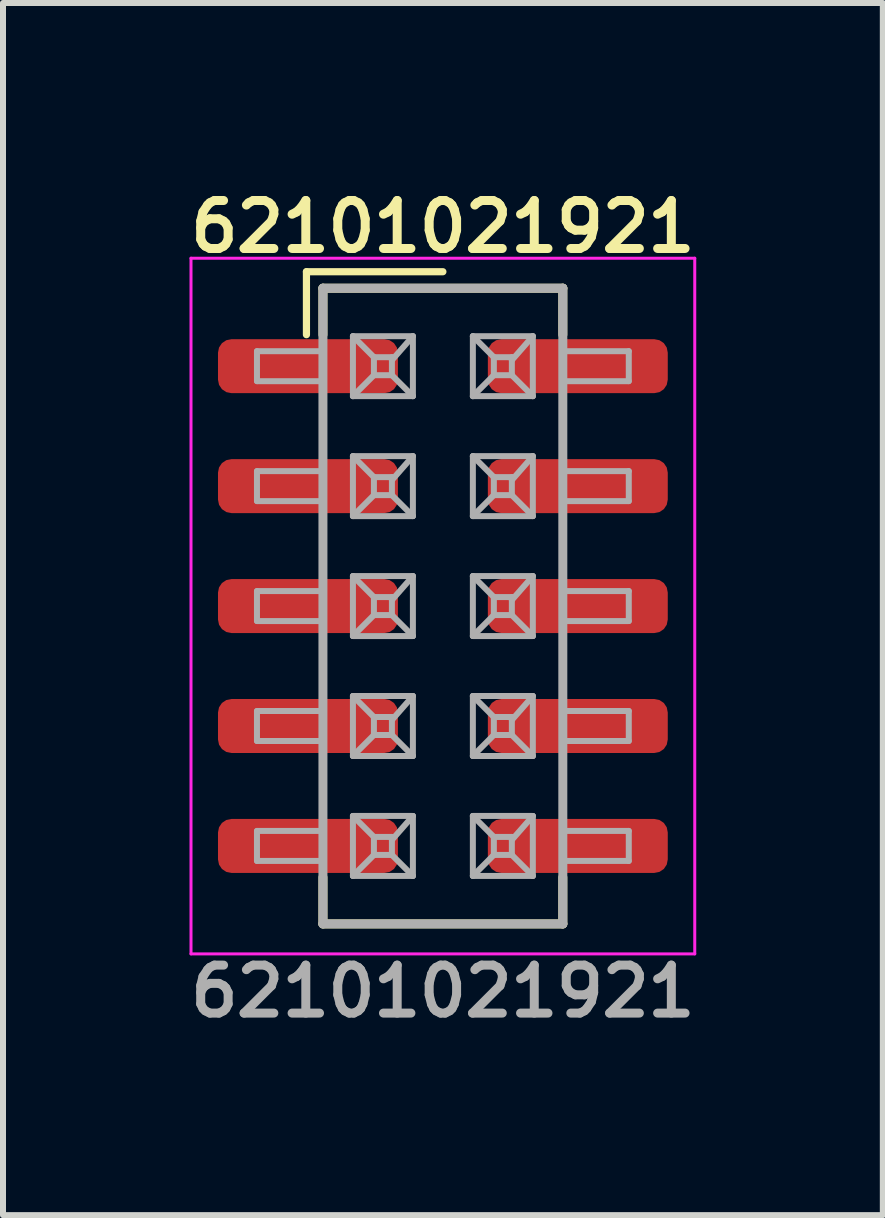
<source format=kicad_pcb>
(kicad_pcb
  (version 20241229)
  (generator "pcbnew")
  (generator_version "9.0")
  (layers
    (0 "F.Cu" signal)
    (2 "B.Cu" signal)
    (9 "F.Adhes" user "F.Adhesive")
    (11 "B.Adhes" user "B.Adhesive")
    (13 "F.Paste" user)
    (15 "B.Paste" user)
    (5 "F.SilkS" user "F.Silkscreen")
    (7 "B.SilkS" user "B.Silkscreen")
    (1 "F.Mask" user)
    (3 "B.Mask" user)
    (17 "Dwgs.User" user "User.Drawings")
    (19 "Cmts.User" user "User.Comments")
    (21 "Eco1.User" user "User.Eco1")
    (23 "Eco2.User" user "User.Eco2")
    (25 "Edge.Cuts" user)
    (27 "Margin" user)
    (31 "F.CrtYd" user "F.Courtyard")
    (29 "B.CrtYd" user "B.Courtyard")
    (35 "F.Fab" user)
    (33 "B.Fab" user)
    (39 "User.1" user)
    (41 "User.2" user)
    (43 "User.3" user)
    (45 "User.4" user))
  (footprint "62101021921"
    (layer "F.Cu")
    (at 4.335 7.056)
    (property "Reference" "62101021921" (at 0 -6.325 0) (unlocked yes) (layer "F.SilkS") (effects (font (size 0.8 0.8) (thickness 0.15))))
    (attr smd)
    (fp_line (start -2.275 -5.575) (end 0 -5.575) (stroke (width 0.12) (type solid)) (layer "F.SilkS"))
    (fp_line (start -2.275 -4.525) (end -2.275 -5.575) (stroke (width 0.12) (type solid)) (layer "F.SilkS"))
    (fp_line (start -2 -5.3) (end 2 -5.3) (stroke (width 0.15) (type solid)) (layer "F.SilkS"))
    (fp_line (start -2 -4.525) (end -2 -5.3) (stroke (width 0.15) (type solid)) (layer "F.SilkS"))
    (fp_line (start -2 4.525) (end -2 5.3) (stroke (width 0.15) (type solid)) (layer "F.SilkS"))
    (fp_line (start -2 5.3) (end 2 5.3) (stroke (width 0.15) (type solid)) (layer "F.SilkS"))
    (fp_line (start 2 -5.3) (end 2 -4.525) (stroke (width 0.15) (type solid)) (layer "F.SilkS"))
    (fp_line (start 2 5.3) (end 2 4.525) (stroke (width 0.15) (type solid)) (layer "F.SilkS"))
    (fp_line (start -4.2 -5.8) (end -4.2 5.8) (stroke (width 0.05) (type solid)) (layer "F.CrtYd"))
    (fp_line (start -4.2 -5.8) (end 4.2 -5.8) (stroke (width 0.05) (type solid)) (layer "F.CrtYd"))
    (fp_line (start -4.2 5.8) (end 4.2 5.8) (stroke (width 0.05) (type solid)) (layer "F.CrtYd"))
    (fp_line (start 4.2 5.8) (end 4.2 -5.8) (stroke (width 0.05) (type solid)) (layer "F.CrtYd"))
    (fp_line (start -3.1 -4.25) (end -3.1 -3.75) (stroke (width 0.1) (type solid)) (layer "F.Fab"))
    (fp_line (start -3.1 -3.75) (end -2 -3.75) (stroke (width 0.1) (type solid)) (layer "F.Fab"))
    (fp_line (start -3.1 -2.25) (end -3.1 -1.75) (stroke (width 0.1) (type solid)) (layer "F.Fab"))
    (fp_line (start -3.1 -1.75) (end -2 -1.75) (stroke (width 0.1) (type solid)) (layer "F.Fab"))
    (fp_line (start -3.1 -0.25) (end -3.1 0.25) (stroke (width 0.1) (type solid)) (layer "F.Fab"))
    (fp_line (start -3.1 0.25) (end -2 0.25) (stroke (width 0.1) (type solid)) (layer "F.Fab"))
    (fp_line (start -3.1 1.75) (end -3.1 2.25) (stroke (width 0.1) (type solid)) (layer "F.Fab"))
    (fp_line (start -3.1 2.25) (end -2 2.25) (stroke (width 0.1) (type solid)) (layer "F.Fab"))
    (fp_line (start -3.1 3.75) (end -3.1 4.25) (stroke (width 0.1) (type solid)) (layer "F.Fab"))
    (fp_line (start -3.1 4.25) (end -2 4.25) (stroke (width 0.1) (type solid)) (layer "F.Fab"))
    (fp_line (start -2 -5.3) (end 2 -5.3) (stroke (width 0.15) (type solid)) (layer "F.Fab"))
    (fp_line (start -2 -4.25) (end -3.1 -4.25) (stroke (width 0.1) (type solid)) (layer "F.Fab"))
    (fp_line (start -2 -2.25) (end -3.1 -2.25) (stroke (width 0.1) (type solid)) (layer "F.Fab"))
    (fp_line (start -2 -0.25) (end -3.1 -0.25) (stroke (width 0.1) (type solid)) (layer "F.Fab"))
    (fp_line (start -2 1.75) (end -3.1 1.75) (stroke (width 0.1) (type solid)) (layer "F.Fab"))
    (fp_line (start -2 3.75) (end -3.1 3.75) (stroke (width 0.1) (type solid)) (layer "F.Fab"))
    (fp_line (start -2 5.3) (end -2 -5.3) (stroke (width 0.15) (type solid)) (layer "F.Fab"))
    (fp_line (start -1.5 -4.5) (end -0.5 -4.5) (stroke (width 0.1) (type solid)) (layer "F.Fab"))
    (fp_line (start -1.5 -3.5) (end -1.5 -4.5) (stroke (width 0.1) (type solid)) (layer "F.Fab"))
    (fp_line (start -1.5 -2.5) (end -0.5 -2.5) (stroke (width 0.1) (type solid)) (layer "F.Fab"))
    (fp_line (start -1.5 -1.5) (end -1.5 -2.5) (stroke (width 0.1) (type solid)) (layer "F.Fab"))
    (fp_line (start -1.5 -0.5) (end -0.5 -0.5) (stroke (width 0.1) (type solid)) (layer "F.Fab"))
    (fp_line (start -1.5 0.5) (end -1.5 -0.5) (stroke (width 0.1) (type solid)) (layer "F.Fab"))
    (fp_line (start -1.5 1.5) (end -0.5 1.5) (stroke (width 0.1) (type solid)) (layer "F.Fab"))
    (fp_line (start -1.5 2.5) (end -1.5 1.5) (stroke (width 0.1) (type solid)) (layer "F.Fab"))
    (fp_line (start -1.5 3.5) (end -0.5 3.5) (stroke (width 0.1) (type solid)) (layer "F.Fab"))
    (fp_line (start -1.5 4.5) (end -1.5 3.5) (stroke (width 0.1) (type solid)) (layer "F.Fab"))
    (fp_line (start -1.15 -4.15) (end -1.5 -4.5) (stroke (width 0.1) (type solid)) (layer "F.Fab"))
    (fp_line (start -1.15 -4.15) (end -0.85 -4.15) (stroke (width 0.1) (type solid)) (layer "F.Fab"))
    (fp_line (start -1.15 -3.85) (end -1.5 -3.5) (stroke (width 0.1) (type solid)) (layer "F.Fab"))
    (fp_line (start -1.15 -3.85) (end -1.15 -4.15) (stroke (width 0.1) (type solid)) (layer "F.Fab"))
    (fp_line (start -1.15 -2.15) (end -1.5 -2.5) (stroke (width 0.1) (type solid)) (layer "F.Fab"))
    (fp_line (start -1.15 -2.15) (end -0.85 -2.15) (stroke (width 0.1) (type solid)) (layer "F.Fab"))
    (fp_line (start -1.15 -1.85) (end -1.5 -1.5) (stroke (width 0.1) (type solid)) (layer "F.Fab"))
    (fp_line (start -1.15 -1.85) (end -1.15 -2.15) (stroke (width 0.1) (type solid)) (layer "F.Fab"))
    (fp_line (start -1.15 -0.15) (end -1.5 -0.5) (stroke (width 0.1) (type solid)) (layer "F.Fab"))
    (fp_line (start -1.15 -0.15) (end -0.85 -0.15) (stroke (width 0.1) (type solid)) (layer "F.Fab"))
    (fp_line (start -1.15 0.15) (end -1.5 0.5) (stroke (width 0.1) (type solid)) (layer "F.Fab"))
    (fp_line (start -1.15 0.15) (end -1.15 -0.15) (stroke (width 0.1) (type solid)) (layer "F.Fab"))
    (fp_line (start -1.15 1.85) (end -1.5 1.5) (stroke (width 0.1) (type solid)) (layer "F.Fab"))
    (fp_line (start -1.15 1.85) (end -0.85 1.85) (stroke (width 0.1) (type solid)) (layer "F.Fab"))
    (fp_line (start -1.15 2.15) (end -1.5 2.5) (stroke (width 0.1) (type solid)) (layer "F.Fab"))
    (fp_line (start -1.15 2.15) (end -1.15 1.85) (stroke (width 0.1) (type solid)) (layer "F.Fab"))
    (fp_line (start -1.15 3.85) (end -1.5 3.5) (stroke (width 0.1) (type solid)) (layer "F.Fab"))
    (fp_line (start -1.15 3.85) (end -0.85 3.85) (stroke (width 0.1) (type solid)) (layer "F.Fab"))
    (fp_line (start -1.15 4.15) (end -1.5 4.5) (stroke (width 0.1) (type solid)) (layer "F.Fab"))
    (fp_line (start -1.15 4.15) (end -1.15 3.85) (stroke (width 0.1) (type solid)) (layer "F.Fab"))
    (fp_line (start -0.85 -4.15) (end -0.85 -3.85) (stroke (width 0.1) (type solid)) (layer "F.Fab"))
    (fp_line (start -0.85 -4.1) (end -0.5 -4.5) (stroke (width 0.1) (type solid)) (layer "F.Fab"))
    (fp_line (start -0.85 -3.85) (end -1.15 -3.85) (stroke (width 0.1) (type solid)) (layer "F.Fab"))
    (fp_line (start -0.85 -3.85) (end -0.5 -3.5) (stroke (width 0.1) (type solid)) (layer "F.Fab"))
    (fp_line (start -0.85 -2.15) (end -0.85 -1.85) (stroke (width 0.1) (type solid)) (layer "F.Fab"))
    (fp_line (start -0.85 -2.1) (end -0.5 -2.5) (stroke (width 0.1) (type solid)) (layer "F.Fab"))
    (fp_line (start -0.85 -1.85) (end -1.15 -1.85) (stroke (width 0.1) (type solid)) (layer "F.Fab"))
    (fp_line (start -0.85 -1.85) (end -0.5 -1.5) (stroke (width 0.1) (type solid)) (layer "F.Fab"))
    (fp_line (start -0.85 -0.15) (end -0.85 0.15) (stroke (width 0.1) (type solid)) (layer "F.Fab"))
    (fp_line (start -0.85 -0.1) (end -0.5 -0.5) (stroke (width 0.1) (type solid)) (layer "F.Fab"))
    (fp_line (start -0.85 0.15) (end -1.15 0.15) (stroke (width 0.1) (type solid)) (layer "F.Fab"))
    (fp_line (start -0.85 0.15) (end -0.5 0.5) (stroke (width 0.1) (type solid)) (layer "F.Fab"))
    (fp_line (start -0.85 1.85) (end -0.85 2.15) (stroke (width 0.1) (type solid)) (layer "F.Fab"))
    (fp_line (start -0.85 1.9) (end -0.5 1.5) (stroke (width 0.1) (type solid)) (layer "F.Fab"))
    (fp_line (start -0.85 2.15) (end -1.15 2.15) (stroke (width 0.1) (type solid)) (layer "F.Fab"))
    (fp_line (start -0.85 2.15) (end -0.5 2.5) (stroke (width 0.1) (type solid)) (layer "F.Fab"))
    (fp_line (start -0.85 3.85) (end -0.85 4.15) (stroke (width 0.1) (type solid)) (layer "F.Fab"))
    (fp_line (start -0.85 3.9) (end -0.5 3.5) (stroke (width 0.1) (type solid)) (layer "F.Fab"))
    (fp_line (start -0.85 4.15) (end -1.15 4.15) (stroke (width 0.1) (type solid)) (layer "F.Fab"))
    (fp_line (start -0.85 4.15) (end -0.5 4.5) (stroke (width 0.1) (type solid)) (layer "F.Fab"))
    (fp_line (start -0.5 -4.5) (end -0.5 -3.5) (stroke (width 0.1) (type solid)) (layer "F.Fab"))
    (fp_line (start -0.5 -3.5) (end -1.5 -3.5) (stroke (width 0.1) (type solid)) (layer "F.Fab"))
    (fp_line (start -0.5 -2.5) (end -0.5 -1.5) (stroke (width 0.1) (type solid)) (layer "F.Fab"))
    (fp_line (start -0.5 -1.5) (end -1.5 -1.5) (stroke (width 0.1) (type solid)) (layer "F.Fab"))
    (fp_line (start -0.5 -0.5) (end -0.5 0.5) (stroke (width 0.1) (type solid)) (layer "F.Fab"))
    (fp_line (start -0.5 0.5) (end -1.5 0.5) (stroke (width 0.1) (type solid)) (layer "F.Fab"))
    (fp_line (start -0.5 1.5) (end -0.5 2.5) (stroke (width 0.1) (type solid)) (layer "F.Fab"))
    (fp_line (start -0.5 2.5) (end -1.5 2.5) (stroke (width 0.1) (type solid)) (layer "F.Fab"))
    (fp_line (start -0.5 3.5) (end -0.5 4.5) (stroke (width 0.1) (type solid)) (layer "F.Fab"))
    (fp_line (start -0.5 4.5) (end -1.5 4.5) (stroke (width 0.1) (type solid)) (layer "F.Fab"))
    (fp_line (start 0.5 -4.5) (end 1.5 -4.5) (stroke (width 0.1) (type solid)) (layer "F.Fab"))
    (fp_line (start 0.5 -3.5) (end 0.5 -4.5) (stroke (width 0.1) (type solid)) (layer "F.Fab"))
    (fp_line (start 0.5 -2.5) (end 1.5 -2.5) (stroke (width 0.1) (type solid)) (layer "F.Fab"))
    (fp_line (start 0.5 -1.5) (end 0.5 -2.5) (stroke (width 0.1) (type solid)) (layer "F.Fab"))
    (fp_line (start 0.5 -0.5) (end 1.5 -0.5) (stroke (width 0.1) (type solid)) (layer "F.Fab"))
    (fp_line (start 0.5 0.5) (end 0.5 -0.5) (stroke (width 0.1) (type solid)) (layer "F.Fab"))
    (fp_line (start 0.5 1.5) (end 1.5 1.5) (stroke (width 0.1) (type solid)) (layer "F.Fab"))
    (fp_line (start 0.5 2.5) (end 0.5 1.5) (stroke (width 0.1) (type solid)) (layer "F.Fab"))
    (fp_line (start 0.5 3.5) (end 1.5 3.5) (stroke (width 0.1) (type solid)) (layer "F.Fab"))
    (fp_line (start 0.5 4.5) (end 0.5 3.5) (stroke (width 0.1) (type solid)) (layer "F.Fab"))
    (fp_line (start 0.85 -4.15) (end 0.5 -4.5) (stroke (width 0.1) (type solid)) (layer "F.Fab"))
    (fp_line (start 0.85 -4.15) (end 1.15 -4.15) (stroke (width 0.1) (type solid)) (layer "F.Fab"))
    (fp_line (start 0.85 -3.85) (end 0.5 -3.5) (stroke (width 0.1) (type solid)) (layer "F.Fab"))
    (fp_line (start 0.85 -3.85) (end 0.85 -4.15) (stroke (width 0.1) (type solid)) (layer "F.Fab"))
    (fp_line (start 0.85 -2.15) (end 0.5 -2.5) (stroke (width 0.1) (type solid)) (layer "F.Fab"))
    (fp_line (start 0.85 -2.15) (end 1.15 -2.15) (stroke (width 0.1) (type solid)) (layer "F.Fab"))
    (fp_line (start 0.85 -1.85) (end 0.5 -1.5) (stroke (width 0.1) (type solid)) (layer "F.Fab"))
    (fp_line (start 0.85 -1.85) (end 0.85 -2.15) (stroke (width 0.1) (type solid)) (layer "F.Fab"))
    (fp_line (start 0.85 -0.15) (end 0.5 -0.5) (stroke (width 0.1) (type solid)) (layer "F.Fab"))
    (fp_line (start 0.85 -0.15) (end 1.15 -0.15) (stroke (width 0.1) (type solid)) (layer "F.Fab"))
    (fp_line (start 0.85 0.15) (end 0.5 0.5) (stroke (width 0.1) (type solid)) (layer "F.Fab"))
    (fp_line (start 0.85 0.15) (end 0.85 -0.15) (stroke (width 0.1) (type solid)) (layer "F.Fab"))
    (fp_line (start 0.85 1.85) (end 0.5 1.5) (stroke (width 0.1) (type solid)) (layer "F.Fab"))
    (fp_line (start 0.85 1.85) (end 1.15 1.85) (stroke (width 0.1) (type solid)) (layer "F.Fab"))
    (fp_line (start 0.85 2.15) (end 0.5 2.5) (stroke (width 0.1) (type solid)) (layer "F.Fab"))
    (fp_line (start 0.85 2.15) (end 0.85 1.85) (stroke (width 0.1) (type solid)) (layer "F.Fab"))
    (fp_line (start 0.85 3.85) (end 0.5 3.5) (stroke (width 0.1) (type solid)) (layer "F.Fab"))
    (fp_line (start 0.85 3.85) (end 1.15 3.85) (stroke (width 0.1) (type solid)) (layer "F.Fab"))
    (fp_line (start 0.85 4.15) (end 0.5 4.5) (stroke (width 0.1) (type solid)) (layer "F.Fab"))
    (fp_line (start 0.85 4.15) (end 0.85 3.85) (stroke (width 0.1) (type solid)) (layer "F.Fab"))
    (fp_line (start 1.15 -4.15) (end 1.15 -3.85) (stroke (width 0.1) (type solid)) (layer "F.Fab"))
    (fp_line (start 1.15 -4.1) (end 1.5 -4.5) (stroke (width 0.1) (type solid)) (layer "F.Fab"))
    (fp_line (start 1.15 -3.85) (end 0.85 -3.85) (stroke (width 0.1) (type solid)) (layer "F.Fab"))
    (fp_line (start 1.15 -3.85) (end 1.5 -3.5) (stroke (width 0.1) (type solid)) (layer "F.Fab"))
    (fp_line (start 1.15 -2.15) (end 1.15 -1.85) (stroke (width 0.1) (type solid)) (layer "F.Fab"))
    (fp_line (start 1.15 -2.1) (end 1.5 -2.5) (stroke (width 0.1) (type solid)) (layer "F.Fab"))
    (fp_line (start 1.15 -1.85) (end 0.85 -1.85) (stroke (width 0.1) (type solid)) (layer "F.Fab"))
    (fp_line (start 1.15 -1.85) (end 1.5 -1.5) (stroke (width 0.1) (type solid)) (layer "F.Fab"))
    (fp_line (start 1.15 -0.15) (end 1.15 0.15) (stroke (width 0.1) (type solid)) (layer "F.Fab"))
    (fp_line (start 1.15 -0.1) (end 1.5 -0.5) (stroke (width 0.1) (type solid)) (layer "F.Fab"))
    (fp_line (start 1.15 0.15) (end 0.85 0.15) (stroke (width 0.1) (type solid)) (layer "F.Fab"))
    (fp_line (start 1.15 0.15) (end 1.5 0.5) (stroke (width 0.1) (type solid)) (layer "F.Fab"))
    (fp_line (start 1.15 1.85) (end 1.15 2.15) (stroke (width 0.1) (type solid)) (layer "F.Fab"))
    (fp_line (start 1.15 1.9) (end 1.5 1.5) (stroke (width 0.1) (type solid)) (layer "F.Fab"))
    (fp_line (start 1.15 2.15) (end 0.85 2.15) (stroke (width 0.1) (type solid)) (layer "F.Fab"))
    (fp_line (start 1.15 2.15) (end 1.5 2.5) (stroke (width 0.1) (type solid)) (layer "F.Fab"))
    (fp_line (start 1.15 3.85) (end 1.15 4.15) (stroke (width 0.1) (type solid)) (layer "F.Fab"))
    (fp_line (start 1.15 3.9) (end 1.5 3.5) (stroke (width 0.1) (type solid)) (layer "F.Fab"))
    (fp_line (start 1.15 4.15) (end 0.85 4.15) (stroke (width 0.1) (type solid)) (layer "F.Fab"))
    (fp_line (start 1.15 4.15) (end 1.5 4.5) (stroke (width 0.1) (type solid)) (layer "F.Fab"))
    (fp_line (start 1.5 -4.5) (end 1.5 -3.5) (stroke (width 0.1) (type solid)) (layer "F.Fab"))
    (fp_line (start 1.5 -3.5) (end 0.5 -3.5) (stroke (width 0.1) (type solid)) (layer "F.Fab"))
    (fp_line (start 1.5 -2.5) (end 1.5 -1.5) (stroke (width 0.1) (type solid)) (layer "F.Fab"))
    (fp_line (start 1.5 -1.5) (end 0.5 -1.5) (stroke (width 0.1) (type solid)) (layer "F.Fab"))
    (fp_line (start 1.5 -0.5) (end 1.5 0.5) (stroke (width 0.1) (type solid)) (layer "F.Fab"))
    (fp_line (start 1.5 0.5) (end 0.5 0.5) (stroke (width 0.1) (type solid)) (layer "F.Fab"))
    (fp_line (start 1.5 1.5) (end 1.5 2.5) (stroke (width 0.1) (type solid)) (layer "F.Fab"))
    (fp_line (start 1.5 2.5) (end 0.5 2.5) (stroke (width 0.1) (type solid)) (layer "F.Fab"))
    (fp_line (start 1.5 3.5) (end 1.5 4.5) (stroke (width 0.1) (type solid)) (layer "F.Fab"))
    (fp_line (start 1.5 4.5) (end 0.5 4.5) (stroke (width 0.1) (type solid)) (layer "F.Fab"))
    (fp_line (start 2 -5.3) (end 2 5.3) (stroke (width 0.15) (type solid)) (layer "F.Fab"))
    (fp_line (start 2 -3.75) (end 3.1 -3.75) (stroke (width 0.1) (type solid)) (layer "F.Fab"))
    (fp_line (start 2 -1.75) (end 3.1 -1.75) (stroke (width 0.1) (type solid)) (layer "F.Fab"))
    (fp_line (start 2 0.25) (end 3.1 0.25) (stroke (width 0.1) (type solid)) (layer "F.Fab"))
    (fp_line (start 2 2.25) (end 3.1 2.25) (stroke (width 0.1) (type solid)) (layer "F.Fab"))
    (fp_line (start 2 4.25) (end 3.1 4.25) (stroke (width 0.1) (type solid)) (layer "F.Fab"))
    (fp_line (start 2 5.3) (end -2 5.3) (stroke (width 0.15) (type solid)) (layer "F.Fab"))
    (fp_line (start 3.1 -4.25) (end 2 -4.25) (stroke (width 0.1) (type solid)) (layer "F.Fab"))
    (fp_line (start 3.1 -3.75) (end 3.1 -4.25) (stroke (width 0.1) (type solid)) (layer "F.Fab"))
    (fp_line (start 3.1 -2.25) (end 2 -2.25) (stroke (width 0.1) (type solid)) (layer "F.Fab"))
    (fp_line (start 3.1 -1.75) (end 3.1 -2.25) (stroke (width 0.1) (type solid)) (layer "F.Fab"))
    (fp_line (start 3.1 -0.25) (end 2 -0.25) (stroke (width 0.1) (type solid)) (layer "F.Fab"))
    (fp_line (start 3.1 0.25) (end 3.1 -0.25) (stroke (width 0.1) (type solid)) (layer "F.Fab"))
    (fp_line (start 3.1 1.75) (end 2 1.75) (stroke (width 0.1) (type solid)) (layer "F.Fab"))
    (fp_line (start 3.1 2.25) (end 3.1 1.75) (stroke (width 0.1) (type solid)) (layer "F.Fab"))
    (fp_line (start 3.1 3.75) (end 2 3.75) (stroke (width 0.1) (type solid)) (layer "F.Fab"))
    (fp_line (start 3.1 4.25) (end 3.1 3.75) (stroke (width 0.1) (type solid)) (layer "F.Fab"))
    (fp_text user "${REFERENCE}" (at 0 6.425 0) (unlocked yes) (layer "F.Fab") (effects (font (size 0.8 0.8) (thickness 0.15))))
    (pad "1" smd roundrect (at -2.25 -4 90) (size 0.9 3) (layers "F.Cu" "F.Mask" "F.Paste") (roundrect_rratio 0.25))
    (pad "2" smd roundrect (at 2.25 -4 90) (size 0.9 3) (layers "F.Cu" "F.Mask" "F.Paste") (roundrect_rratio 0.25))
    (pad "3" smd roundrect (at -2.25 -2 90) (size 0.9 3) (layers "F.Cu" "F.Mask" "F.Paste") (roundrect_rratio 0.25))
    (pad "4" smd roundrect (at 2.25 -2 90) (size 0.9 3) (layers "F.Cu" "F.Mask" "F.Paste") (roundrect_rratio 0.25))
    (pad "5" smd roundrect (at -2.25 0 90) (size 0.9 3) (layers "F.Cu" "F.Mask" "F.Paste") (roundrect_rratio 0.25))
    (pad "6" smd roundrect (at 2.25 0 90) (size 0.9 3) (layers "F.Cu" "F.Mask" "F.Paste") (roundrect_rratio 0.25))
    (pad "7" smd roundrect (at -2.25 2 90) (size 0.9 3) (layers "F.Cu" "F.Mask" "F.Paste") (roundrect_rratio 0.25))
    (pad "8" smd roundrect (at 2.25 2 90) (size 0.9 3) (layers "F.Cu" "F.Mask" "F.Paste") (roundrect_rratio 0.25))
    (pad "9" smd roundrect (at -2.25 4 90) (size 0.9 3) (layers "F.Cu" "F.Mask" "F.Paste") (roundrect_rratio 0.25))
    (pad "10" smd roundrect (at 2.25 4 90) (size 0.9 3) (layers "F.Cu" "F.Mask" "F.Paste") (roundrect_rratio 0.25)))
  (gr_rect
    (start -3 -3)
    (end 11.671 17.212)
    (stroke (width 0.1) (type default))
    (fill no)
    (layer "Edge.Cuts")))
</source>
